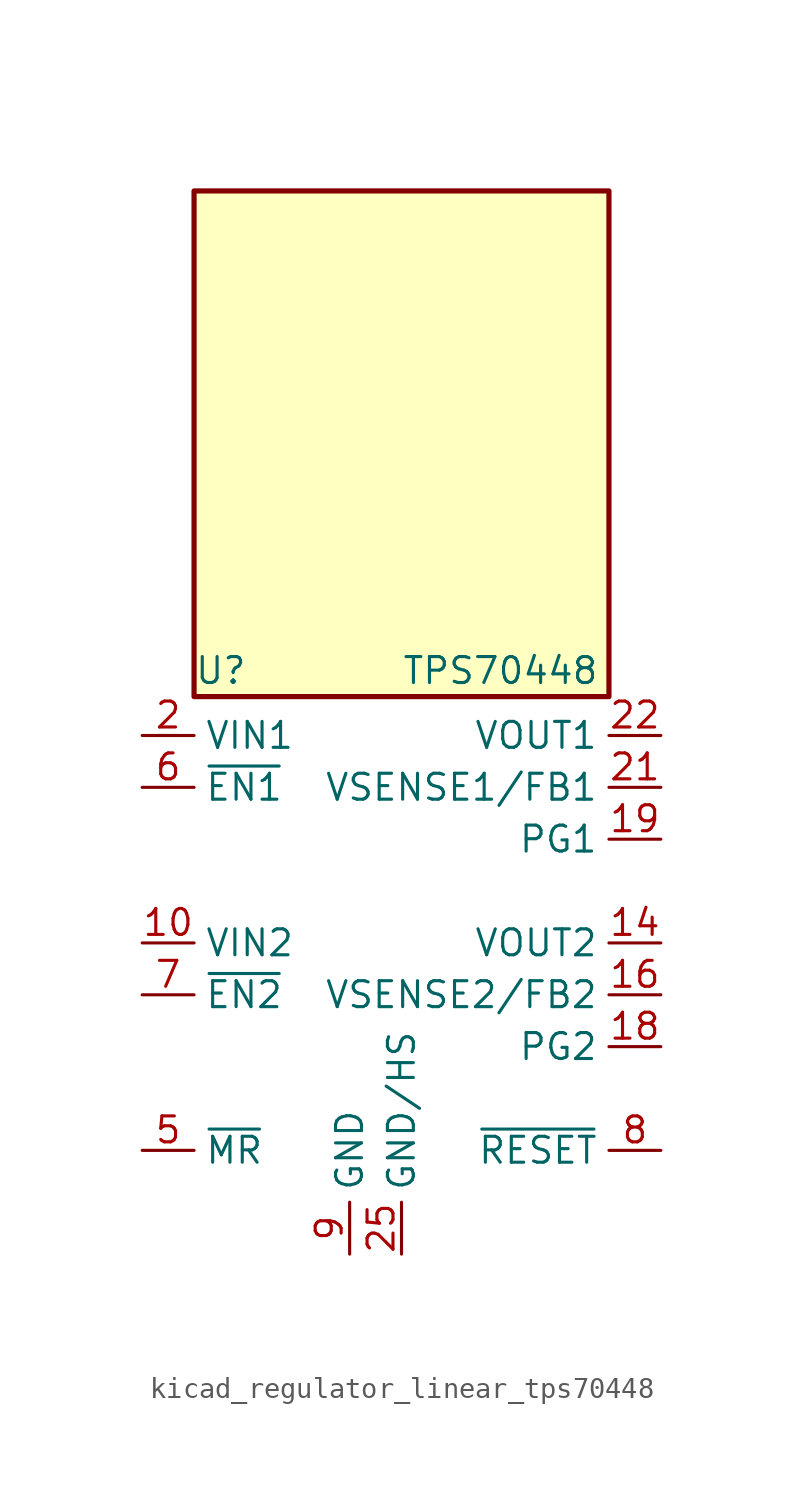
<source format=kicad_sym>
(kicad_symbol_lib
  (version 20220914)
  (generator kicad_symbol_editor)
  (symbol "kicad_regulator_linear_tps70448"
    (property "Reference" "U"
      (at -10.16 13.335 0)
      (effects (font (size 1.27 1.27)) (justify left)))
    (property "Value" "TPS70448"
      (at 0 13.335 0)
      (effects (font (size 1.27 1.27)) (justify left)))
    (symbol "kicad_regulator_linear_tps70448_0_1"
      (rectangle (start 10.16 36.83) (end -10.16 12.065) (stroke (width 0.254) (type default)) (fill (type background))))
    (symbol "kicad_regulator_linear_tps70448_1_1"
      (pin passive line (at 0 -15.24 90) (length 2.54) hide (name "GND/HS" (effects (font (size 1.27 1.27)))) (number "1" (effects (font (size 1.27 1.27)))))
      (pin power_in line (at -12.7 0 0) (length 2.54) (name "VIN2" (effects (font (size 1.27 1.27)))) (number "10" (effects (font (size 1.27 1.27)))))
      (pin passive line (at -12.7 0 0) (length 2.54) hide (name "VIN2" (effects (font (size 1.27 1.27)))) (number "11" (effects (font (size 1.27 1.27)))))
      (pin passive line (at 0 -15.24 90) (length 2.54) hide (name "GND/HS" (effects (font (size 1.27 1.27)))) (number "12" (effects (font (size 1.27 1.27)))))
      (pin passive line (at 0 -15.24 90) (length 2.54) hide (name "GND/HS" (effects (font (size 1.27 1.27)))) (number "13" (effects (font (size 1.27 1.27)))))
      (pin power_out line (at 12.7 0 180) (length 2.54) (name "VOUT2" (effects (font (size 1.27 1.27)))) (number "14" (effects (font (size 1.27 1.27)))))
      (pin passive line (at 12.7 0 180) (length 2.54) hide (name "VOUT2" (effects (font (size 1.27 1.27)))) (number "15" (effects (font (size 1.27 1.27)))))
      (pin input line (at 12.7 -2.54 180) (length 2.54) (name "VSENSE2/FB2" (effects (font (size 1.27 1.27)))) (number "16" (effects (font (size 1.27 1.27)))))
      (pin no_connect line (at -10.16 2.54 0) (length 2.54) hide (name "NC" (effects (font (size 1.27 1.27)))) (number "17" (effects (font (size 1.27 1.27)))))
      (pin open_collector line (at 12.7 -5.08 180) (length 2.54) (name "PG2" (effects (font (size 1.27 1.27)))) (number "18" (effects (font (size 1.27 1.27)))))
      (pin open_collector line (at 12.7 5.08 180) (length 2.54) (name "PG1" (effects (font (size 1.27 1.27)))) (number "19" (effects (font (size 1.27 1.27)))))
      (pin power_in line (at -12.7 10.16 0) (length 2.54) (name "VIN1" (effects (font (size 1.27 1.27)))) (number "2" (effects (font (size 1.27 1.27)))))
      (pin no_connect line (at -10.16 -5.08 0) (length 2.54) hide (name "NC" (effects (font (size 1.27 1.27)))) (number "20" (effects (font (size 1.27 1.27)))))
      (pin input line (at 12.7 7.62 180) (length 2.54) (name "VSENSE1/FB1" (effects (font (size 1.27 1.27)))) (number "21" (effects (font (size 1.27 1.27)))))
      (pin power_out line (at 12.7 10.16 180) (length 2.54) (name "VOUT1" (effects (font (size 1.27 1.27)))) (number "22" (effects (font (size 1.27 1.27)))))
      (pin passive line (at 12.7 10.16 180) (length 2.54) hide (name "VOUT1" (effects (font (size 1.27 1.27)))) (number "23" (effects (font (size 1.27 1.27)))))
      (pin passive line (at 0 -15.24 90) (length 2.54) hide (name "GND/HS" (effects (font (size 1.27 1.27)))) (number "24" (effects (font (size 1.27 1.27)))))
      (pin power_in line (at 0 -15.24 90) (length 2.54) (name "GND/HS" (effects (font (size 1.27 1.27)))) (number "25" (effects (font (size 1.27 1.27)))))
      (pin passive line (at -12.7 10.16 0) (length 2.54) hide (name "VIN1" (effects (font (size 1.27 1.27)))) (number "3" (effects (font (size 1.27 1.27)))))
      (pin no_connect line (at -10.16 5.08 0) (length 2.54) hide (name "NC" (effects (font (size 1.27 1.27)))) (number "4" (effects (font (size 1.27 1.27)))))
      (pin input line (at -12.7 -10.16 0) (length 2.54) (name "~{MR}" (effects (font (size 1.27 1.27)))) (number "5" (effects (font (size 1.27 1.27)))))
      (pin input line (at -12.7 7.62 0) (length 2.54) (name "~{EN1}" (effects (font (size 1.27 1.27)))) (number "6" (effects (font (size 1.27 1.27)))))
      (pin input line (at -12.7 -2.54 0) (length 2.54) (name "~{EN2}" (effects (font (size 1.27 1.27)))) (number "7" (effects (font (size 1.27 1.27)))))
      (pin open_collector line (at 12.7 -10.16 180) (length 2.54) (name "~{RESET}" (effects (font (size 1.27 1.27)))) (number "8" (effects (font (size 1.27 1.27)))))
      (pin power_in line (at -2.54 -15.24 90) (length 2.54) (name "GND" (effects (font (size 1.27 1.27)))) (number "9" (effects (font (size 1.27 1.27))))))))
</source>
